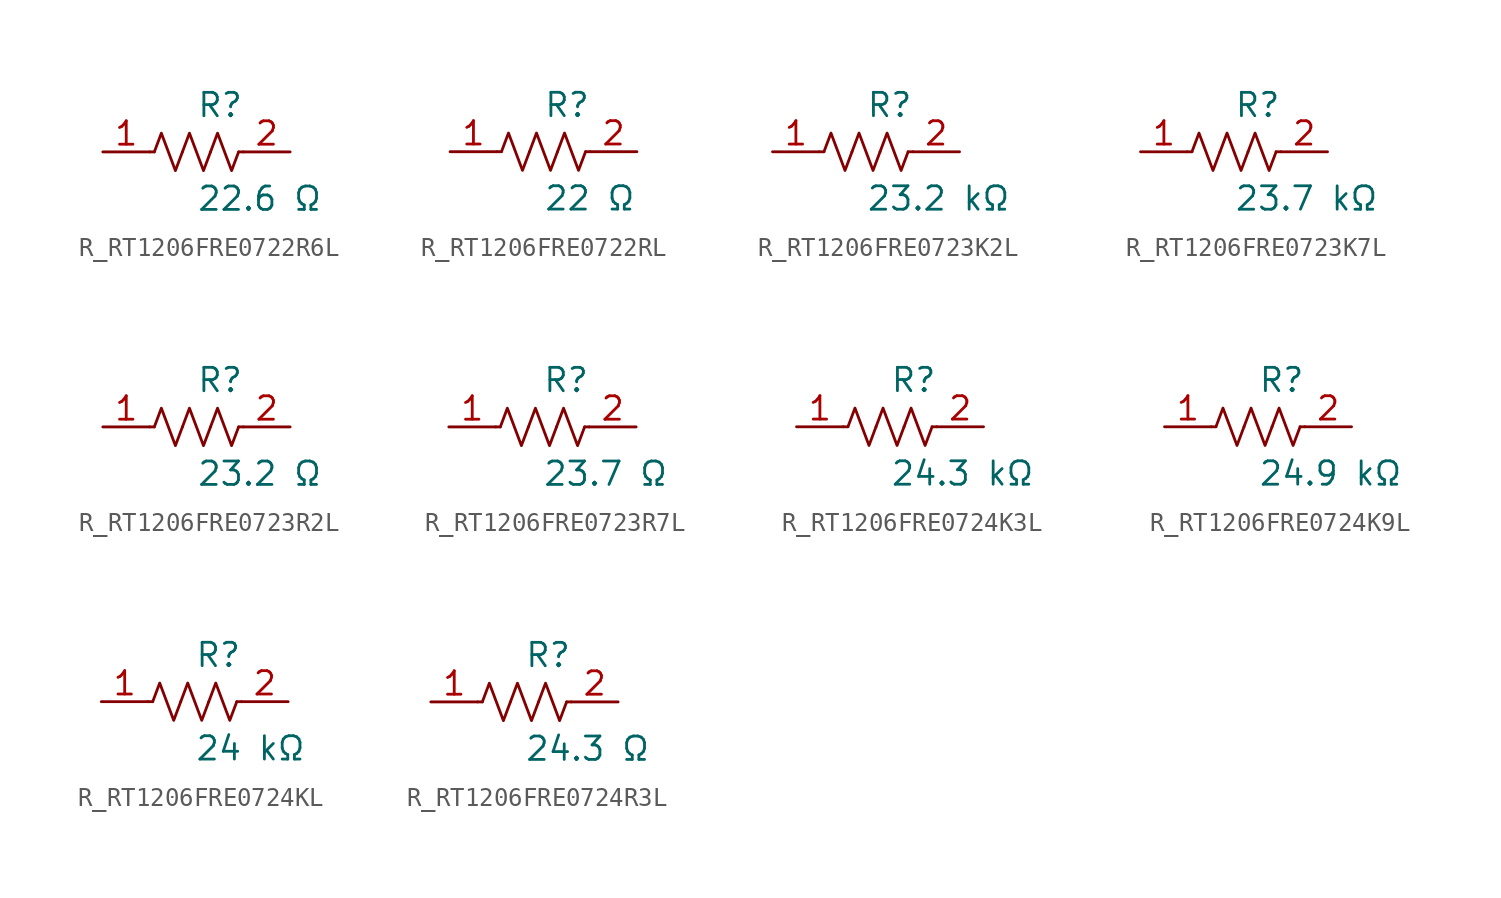
<source format=kicad_sym>
(kicad_symbol_lib
  (version 20231120)
  (generator kicad_symbol_editor)
  (generator_version 8.0)
  (symbol "R_RT1206FRE0722R6L"
    (pin_names
      (offset 0.254))
    (property "Reference" "R"
      (at 0 2.54 0)
      (effects (font (size 1.27 1.27)) (justify left)))
    (property "Value" "22.6 Ω"
      (at 0 -2.54 0)
      (effects (font (size 1.27 1.27)) (justify left)))
    (symbol "R_RT1206FRE0722R6L_0_1"
      (polyline (pts (xy 2.286 0) (xy 2.54 0)) (stroke (width 0) (type default)) (fill (type none)))
      (polyline (pts (xy -2.286 0) (xy -2.54 0)) (stroke (width 0) (type default)) (fill (type none)))
      (polyline (pts (xy 0.762 0) (xy 1.143 1.016) (xy 1.524 0) (xy 1.905 -1.016) (xy 2.286 0)) (stroke (width 0) (type default)) (fill (type none)))
      (polyline (pts (xy -0.762 0) (xy -0.381 1.016) (xy 0 0) (xy 0.381 -1.016) (xy 0.762 0)) (stroke (width 0) (type default)) (fill (type none)))
      (polyline (pts (xy -2.286 0) (xy -1.905 1.016) (xy -1.524 0) (xy -1.143 -1.016) (xy -0.762 0)) (stroke (width 0) (type default)) (fill (type none))))
    (pin unspecified line
      (at -5.08 0 0)
      (length 2.54)
      (name "" (effects (font (size 1.27 1.27))))
      (number "1" (effects (font (size 1.27 1.27)))))
    (pin unspecified line
      (at 5.08 0 180)
      (length 2.54)
      (name "" (effects (font (size 1.27 1.27))))
      (number "2" (effects (font (size 1.27 1.27))))))
  (symbol "R_RT1206FRE0722RL"
    (pin_names
      (offset 0.254))
    (property "Reference" "R"
      (at 0 2.54 0)
      (effects (font (size 1.27 1.27)) (justify left)))
    (property "Value" "22 Ω"
      (at 0 -2.54 0)
      (effects (font (size 1.27 1.27)) (justify left)))
    (symbol "R_RT1206FRE0722RL_0_1"
      (polyline (pts (xy 2.286 0) (xy 2.54 0)) (stroke (width 0) (type default)) (fill (type none)))
      (polyline (pts (xy -2.286 0) (xy -2.54 0)) (stroke (width 0) (type default)) (fill (type none)))
      (polyline (pts (xy 0.762 0) (xy 1.143 1.016) (xy 1.524 0) (xy 1.905 -1.016) (xy 2.286 0)) (stroke (width 0) (type default)) (fill (type none)))
      (polyline (pts (xy -0.762 0) (xy -0.381 1.016) (xy 0 0) (xy 0.381 -1.016) (xy 0.762 0)) (stroke (width 0) (type default)) (fill (type none)))
      (polyline (pts (xy -2.286 0) (xy -1.905 1.016) (xy -1.524 0) (xy -1.143 -1.016) (xy -0.762 0)) (stroke (width 0) (type default)) (fill (type none))))
    (pin unspecified line
      (at -5.08 0 0)
      (length 2.54)
      (name "" (effects (font (size 1.27 1.27))))
      (number "1" (effects (font (size 1.27 1.27)))))
    (pin unspecified line
      (at 5.08 0 180)
      (length 2.54)
      (name "" (effects (font (size 1.27 1.27))))
      (number "2" (effects (font (size 1.27 1.27))))))
  (symbol "R_RT1206FRE0723K2L"
    (pin_names
      (offset 0.254))
    (property "Reference" "R"
      (at 0 2.54 0)
      (effects (font (size 1.27 1.27)) (justify left)))
    (property "Value" "23.2 kΩ"
      (at 0 -2.54 0)
      (effects (font (size 1.27 1.27)) (justify left)))
    (symbol "R_RT1206FRE0723K2L_0_1"
      (polyline (pts (xy 2.286 0) (xy 2.54 0)) (stroke (width 0) (type default)) (fill (type none)))
      (polyline (pts (xy -2.286 0) (xy -2.54 0)) (stroke (width 0) (type default)) (fill (type none)))
      (polyline (pts (xy 0.762 0) (xy 1.143 1.016) (xy 1.524 0) (xy 1.905 -1.016) (xy 2.286 0)) (stroke (width 0) (type default)) (fill (type none)))
      (polyline (pts (xy -0.762 0) (xy -0.381 1.016) (xy 0 0) (xy 0.381 -1.016) (xy 0.762 0)) (stroke (width 0) (type default)) (fill (type none)))
      (polyline (pts (xy -2.286 0) (xy -1.905 1.016) (xy -1.524 0) (xy -1.143 -1.016) (xy -0.762 0)) (stroke (width 0) (type default)) (fill (type none))))
    (pin unspecified line
      (at -5.08 0 0)
      (length 2.54)
      (name "" (effects (font (size 1.27 1.27))))
      (number "1" (effects (font (size 1.27 1.27)))))
    (pin unspecified line
      (at 5.08 0 180)
      (length 2.54)
      (name "" (effects (font (size 1.27 1.27))))
      (number "2" (effects (font (size 1.27 1.27))))))
  (symbol "R_RT1206FRE0723K7L"
    (pin_names
      (offset 0.254))
    (property "Reference" "R"
      (at 0 2.54 0)
      (effects (font (size 1.27 1.27)) (justify left)))
    (property "Value" "23.7 kΩ"
      (at 0 -2.54 0)
      (effects (font (size 1.27 1.27)) (justify left)))
    (symbol "R_RT1206FRE0723K7L_0_1"
      (polyline (pts (xy 2.286 0) (xy 2.54 0)) (stroke (width 0) (type default)) (fill (type none)))
      (polyline (pts (xy -2.286 0) (xy -2.54 0)) (stroke (width 0) (type default)) (fill (type none)))
      (polyline (pts (xy 0.762 0) (xy 1.143 1.016) (xy 1.524 0) (xy 1.905 -1.016) (xy 2.286 0)) (stroke (width 0) (type default)) (fill (type none)))
      (polyline (pts (xy -0.762 0) (xy -0.381 1.016) (xy 0 0) (xy 0.381 -1.016) (xy 0.762 0)) (stroke (width 0) (type default)) (fill (type none)))
      (polyline (pts (xy -2.286 0) (xy -1.905 1.016) (xy -1.524 0) (xy -1.143 -1.016) (xy -0.762 0)) (stroke (width 0) (type default)) (fill (type none))))
    (pin unspecified line
      (at -5.08 0 0)
      (length 2.54)
      (name "" (effects (font (size 1.27 1.27))))
      (number "1" (effects (font (size 1.27 1.27)))))
    (pin unspecified line
      (at 5.08 0 180)
      (length 2.54)
      (name "" (effects (font (size 1.27 1.27))))
      (number "2" (effects (font (size 1.27 1.27))))))
  (symbol "R_RT1206FRE0723R2L"
    (pin_names
      (offset 0.254))
    (property "Reference" "R"
      (at 0 2.54 0)
      (effects (font (size 1.27 1.27)) (justify left)))
    (property "Value" "23.2 Ω"
      (at 0 -2.54 0)
      (effects (font (size 1.27 1.27)) (justify left)))
    (symbol "R_RT1206FRE0723R2L_0_1"
      (polyline (pts (xy 2.286 0) (xy 2.54 0)) (stroke (width 0) (type default)) (fill (type none)))
      (polyline (pts (xy -2.286 0) (xy -2.54 0)) (stroke (width 0) (type default)) (fill (type none)))
      (polyline (pts (xy 0.762 0) (xy 1.143 1.016) (xy 1.524 0) (xy 1.905 -1.016) (xy 2.286 0)) (stroke (width 0) (type default)) (fill (type none)))
      (polyline (pts (xy -0.762 0) (xy -0.381 1.016) (xy 0 0) (xy 0.381 -1.016) (xy 0.762 0)) (stroke (width 0) (type default)) (fill (type none)))
      (polyline (pts (xy -2.286 0) (xy -1.905 1.016) (xy -1.524 0) (xy -1.143 -1.016) (xy -0.762 0)) (stroke (width 0) (type default)) (fill (type none))))
    (pin unspecified line
      (at -5.08 0 0)
      (length 2.54)
      (name "" (effects (font (size 1.27 1.27))))
      (number "1" (effects (font (size 1.27 1.27)))))
    (pin unspecified line
      (at 5.08 0 180)
      (length 2.54)
      (name "" (effects (font (size 1.27 1.27))))
      (number "2" (effects (font (size 1.27 1.27))))))
  (symbol "R_RT1206FRE0723R7L"
    (pin_names
      (offset 0.254))
    (property "Reference" "R"
      (at 0 2.54 0)
      (effects (font (size 1.27 1.27)) (justify left)))
    (property "Value" "23.7 Ω"
      (at 0 -2.54 0)
      (effects (font (size 1.27 1.27)) (justify left)))
    (symbol "R_RT1206FRE0723R7L_0_1"
      (polyline (pts (xy 2.286 0) (xy 2.54 0)) (stroke (width 0) (type default)) (fill (type none)))
      (polyline (pts (xy -2.286 0) (xy -2.54 0)) (stroke (width 0) (type default)) (fill (type none)))
      (polyline (pts (xy 0.762 0) (xy 1.143 1.016) (xy 1.524 0) (xy 1.905 -1.016) (xy 2.286 0)) (stroke (width 0) (type default)) (fill (type none)))
      (polyline (pts (xy -0.762 0) (xy -0.381 1.016) (xy 0 0) (xy 0.381 -1.016) (xy 0.762 0)) (stroke (width 0) (type default)) (fill (type none)))
      (polyline (pts (xy -2.286 0) (xy -1.905 1.016) (xy -1.524 0) (xy -1.143 -1.016) (xy -0.762 0)) (stroke (width 0) (type default)) (fill (type none))))
    (pin unspecified line
      (at -5.08 0 0)
      (length 2.54)
      (name "" (effects (font (size 1.27 1.27))))
      (number "1" (effects (font (size 1.27 1.27)))))
    (pin unspecified line
      (at 5.08 0 180)
      (length 2.54)
      (name "" (effects (font (size 1.27 1.27))))
      (number "2" (effects (font (size 1.27 1.27))))))
  (symbol "R_RT1206FRE0724K3L"
    (pin_names
      (offset 0.254))
    (property "Reference" "R"
      (at 0 2.54 0)
      (effects (font (size 1.27 1.27)) (justify left)))
    (property "Value" "24.3 kΩ"
      (at 0 -2.54 0)
      (effects (font (size 1.27 1.27)) (justify left)))
    (symbol "R_RT1206FRE0724K3L_0_1"
      (polyline (pts (xy 2.286 0) (xy 2.54 0)) (stroke (width 0) (type default)) (fill (type none)))
      (polyline (pts (xy -2.286 0) (xy -2.54 0)) (stroke (width 0) (type default)) (fill (type none)))
      (polyline (pts (xy 0.762 0) (xy 1.143 1.016) (xy 1.524 0) (xy 1.905 -1.016) (xy 2.286 0)) (stroke (width 0) (type default)) (fill (type none)))
      (polyline (pts (xy -0.762 0) (xy -0.381 1.016) (xy 0 0) (xy 0.381 -1.016) (xy 0.762 0)) (stroke (width 0) (type default)) (fill (type none)))
      (polyline (pts (xy -2.286 0) (xy -1.905 1.016) (xy -1.524 0) (xy -1.143 -1.016) (xy -0.762 0)) (stroke (width 0) (type default)) (fill (type none))))
    (pin unspecified line
      (at -5.08 0 0)
      (length 2.54)
      (name "" (effects (font (size 1.27 1.27))))
      (number "1" (effects (font (size 1.27 1.27)))))
    (pin unspecified line
      (at 5.08 0 180)
      (length 2.54)
      (name "" (effects (font (size 1.27 1.27))))
      (number "2" (effects (font (size 1.27 1.27))))))
  (symbol "R_RT1206FRE0724K9L"
    (pin_names
      (offset 0.254))
    (property "Reference" "R"
      (at 0 2.54 0)
      (effects (font (size 1.27 1.27)) (justify left)))
    (property "Value" "24.9 kΩ"
      (at 0 -2.54 0)
      (effects (font (size 1.27 1.27)) (justify left)))
    (symbol "R_RT1206FRE0724K9L_0_1"
      (polyline (pts (xy 2.286 0) (xy 2.54 0)) (stroke (width 0) (type default)) (fill (type none)))
      (polyline (pts (xy -2.286 0) (xy -2.54 0)) (stroke (width 0) (type default)) (fill (type none)))
      (polyline (pts (xy 0.762 0) (xy 1.143 1.016) (xy 1.524 0) (xy 1.905 -1.016) (xy 2.286 0)) (stroke (width 0) (type default)) (fill (type none)))
      (polyline (pts (xy -0.762 0) (xy -0.381 1.016) (xy 0 0) (xy 0.381 -1.016) (xy 0.762 0)) (stroke (width 0) (type default)) (fill (type none)))
      (polyline (pts (xy -2.286 0) (xy -1.905 1.016) (xy -1.524 0) (xy -1.143 -1.016) (xy -0.762 0)) (stroke (width 0) (type default)) (fill (type none))))
    (pin unspecified line
      (at -5.08 0 0)
      (length 2.54)
      (name "" (effects (font (size 1.27 1.27))))
      (number "1" (effects (font (size 1.27 1.27)))))
    (pin unspecified line
      (at 5.08 0 180)
      (length 2.54)
      (name "" (effects (font (size 1.27 1.27))))
      (number "2" (effects (font (size 1.27 1.27))))))
  (symbol "R_RT1206FRE0724KL"
    (pin_names
      (offset 0.254))
    (property "Reference" "R"
      (at 0 2.54 0)
      (effects (font (size 1.27 1.27)) (justify left)))
    (property "Value" "24 kΩ"
      (at 0 -2.54 0)
      (effects (font (size 1.27 1.27)) (justify left)))
    (symbol "R_RT1206FRE0724KL_0_1"
      (polyline (pts (xy 2.286 0) (xy 2.54 0)) (stroke (width 0) (type default)) (fill (type none)))
      (polyline (pts (xy -2.286 0) (xy -2.54 0)) (stroke (width 0) (type default)) (fill (type none)))
      (polyline (pts (xy 0.762 0) (xy 1.143 1.016) (xy 1.524 0) (xy 1.905 -1.016) (xy 2.286 0)) (stroke (width 0) (type default)) (fill (type none)))
      (polyline (pts (xy -0.762 0) (xy -0.381 1.016) (xy 0 0) (xy 0.381 -1.016) (xy 0.762 0)) (stroke (width 0) (type default)) (fill (type none)))
      (polyline (pts (xy -2.286 0) (xy -1.905 1.016) (xy -1.524 0) (xy -1.143 -1.016) (xy -0.762 0)) (stroke (width 0) (type default)) (fill (type none))))
    (pin unspecified line
      (at -5.08 0 0)
      (length 2.54)
      (name "" (effects (font (size 1.27 1.27))))
      (number "1" (effects (font (size 1.27 1.27)))))
    (pin unspecified line
      (at 5.08 0 180)
      (length 2.54)
      (name "" (effects (font (size 1.27 1.27))))
      (number "2" (effects (font (size 1.27 1.27))))))
  (symbol "R_RT1206FRE0724R3L"
    (pin_names
      (offset 0.254))
    (property "Reference" "R"
      (at 0 2.54 0)
      (effects (font (size 1.27 1.27)) (justify left)))
    (property "Value" "24.3 Ω"
      (at 0 -2.54 0)
      (effects (font (size 1.27 1.27)) (justify left)))
    (symbol "R_RT1206FRE0724R3L_0_1"
      (polyline (pts (xy 2.286 0) (xy 2.54 0)) (stroke (width 0) (type default)) (fill (type none)))
      (polyline (pts (xy -2.286 0) (xy -2.54 0)) (stroke (width 0) (type default)) (fill (type none)))
      (polyline (pts (xy 0.762 0) (xy 1.143 1.016) (xy 1.524 0) (xy 1.905 -1.016) (xy 2.286 0)) (stroke (width 0) (type default)) (fill (type none)))
      (polyline (pts (xy -0.762 0) (xy -0.381 1.016) (xy 0 0) (xy 0.381 -1.016) (xy 0.762 0)) (stroke (width 0) (type default)) (fill (type none)))
      (polyline (pts (xy -2.286 0) (xy -1.905 1.016) (xy -1.524 0) (xy -1.143 -1.016) (xy -0.762 0)) (stroke (width 0) (type default)) (fill (type none))))
    (pin unspecified line
      (at -5.08 0 0)
      (length 2.54)
      (name "" (effects (font (size 1.27 1.27))))
      (number "1" (effects (font (size 1.27 1.27)))))
    (pin unspecified line
      (at 5.08 0 180)
      (length 2.54)
      (name "" (effects (font (size 1.27 1.27))))
      (number "2" (effects (font (size 1.27 1.27)))))))
</source>
